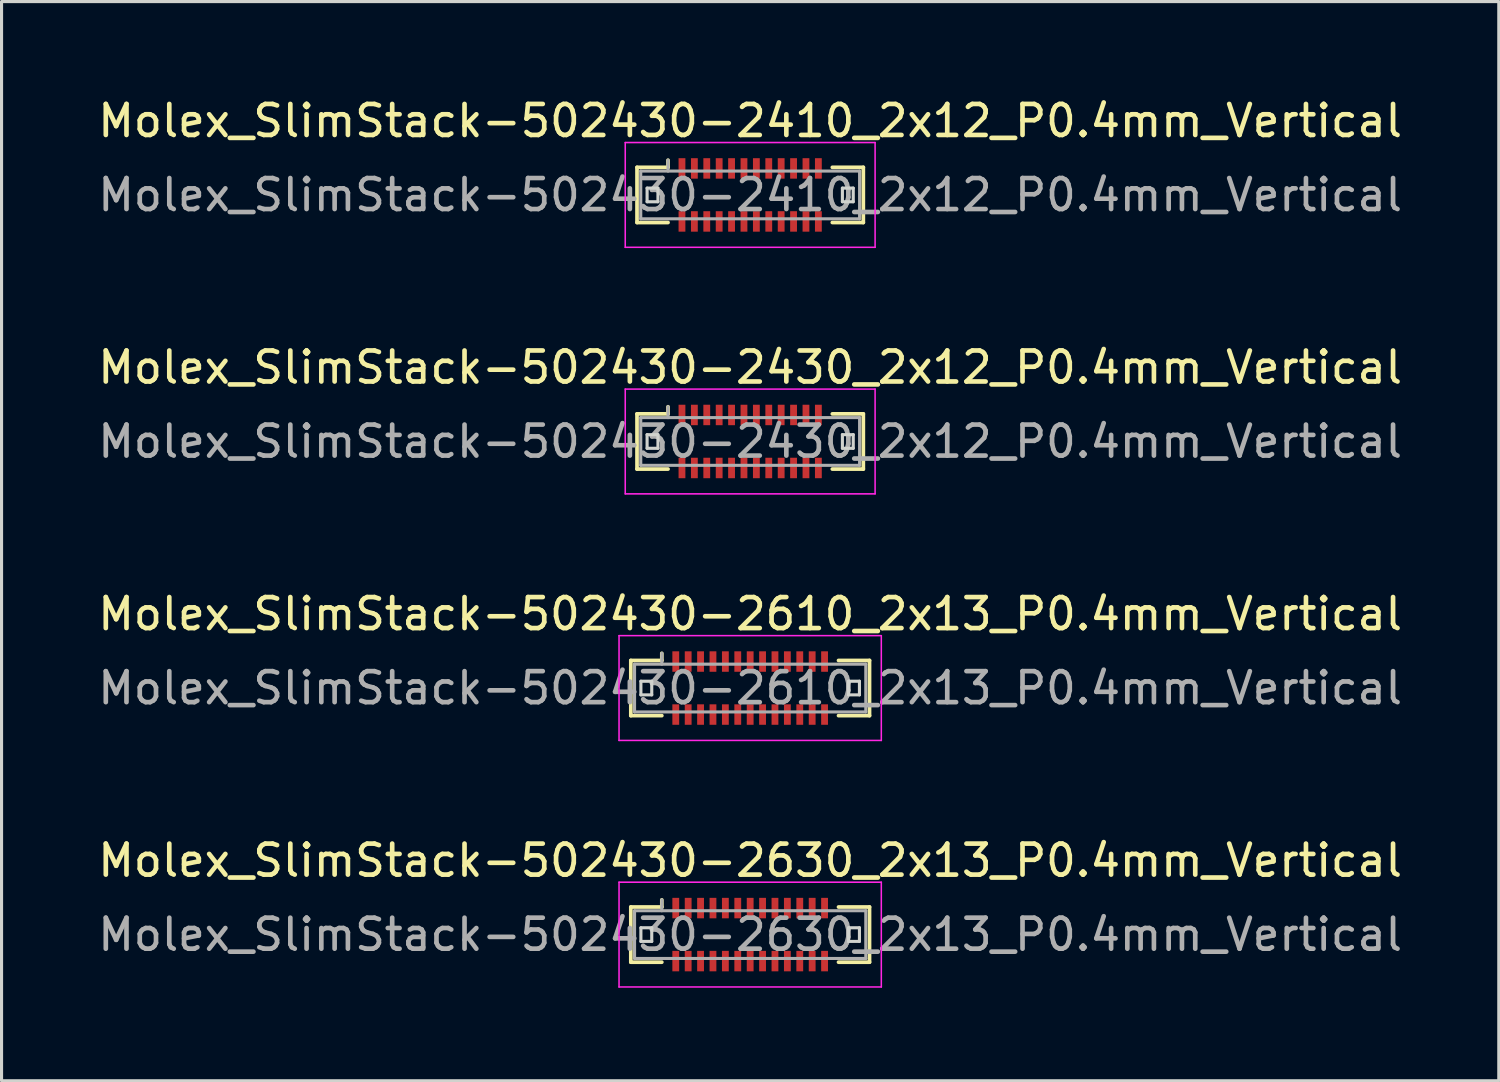
<source format=kicad_pcb>
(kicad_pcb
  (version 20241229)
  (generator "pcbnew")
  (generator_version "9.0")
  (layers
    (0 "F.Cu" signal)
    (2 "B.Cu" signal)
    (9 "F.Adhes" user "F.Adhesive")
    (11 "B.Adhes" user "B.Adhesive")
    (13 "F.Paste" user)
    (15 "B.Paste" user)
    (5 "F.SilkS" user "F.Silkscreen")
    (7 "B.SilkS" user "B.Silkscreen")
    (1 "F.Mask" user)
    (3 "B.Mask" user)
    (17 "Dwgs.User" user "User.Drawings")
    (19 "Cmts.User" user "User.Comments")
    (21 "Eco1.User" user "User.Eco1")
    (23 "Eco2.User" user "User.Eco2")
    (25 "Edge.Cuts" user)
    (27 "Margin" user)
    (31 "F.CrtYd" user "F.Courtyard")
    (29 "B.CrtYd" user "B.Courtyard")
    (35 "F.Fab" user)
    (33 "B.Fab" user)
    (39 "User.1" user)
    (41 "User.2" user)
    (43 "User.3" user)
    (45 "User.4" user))
  (footprint "Molex_SlimStack-502430-2610_2x13_P0.4mm_Vertical"
    (layer "F.Cu")
    (at 21.149 19.145)
    (property "Reference" "Molex_SlimStack-502430-2610_2x13_P0.4mm_Vertical" (at 0 -2.39 0) (layer "F.SilkS") (effects (font (size 1 1) (thickness 0.15))))
    (attr smd)
    (fp_line (start -3.85 -0.89) (end -2.85 -0.89) (stroke (width 0.12) (type solid)) (layer "F.SilkS"))
    (fp_line (start -3.85 0.89) (end -3.85 -0.89) (stroke (width 0.12) (type solid)) (layer "F.SilkS"))
    (fp_line (start -2.85 -0.89) (end -2.85 -1.12) (stroke (width 0.12) (type solid)) (layer "F.SilkS"))
    (fp_line (start -2.85 0.89) (end -3.85 0.89) (stroke (width 0.12) (type solid)) (layer "F.SilkS"))
    (fp_line (start 2.85 0.89) (end 3.85 0.89) (stroke (width 0.12) (type solid)) (layer "F.SilkS"))
    (fp_line (start 3.85 -0.89) (end 2.85 -0.89) (stroke (width 0.12) (type solid)) (layer "F.SilkS"))
    (fp_line (start 3.85 0.89) (end 3.85 -0.89) (stroke (width 0.12) (type solid)) (layer "F.SilkS"))
    (fp_line (start -3.525 -0.22) (end -3.525 0.22) (stroke (width 0.1) (type solid)) (layer "Edge.Cuts"))
    (fp_line (start -3.525 0.22) (end -3.175 0.22) (stroke (width 0.1) (type solid)) (layer "Edge.Cuts"))
    (fp_line (start -3.175 -0.22) (end -3.525 -0.22) (stroke (width 0.1) (type solid)) (layer "Edge.Cuts"))
    (fp_line (start -3.175 0.22) (end -3.175 -0.22) (stroke (width 0.1) (type solid)) (layer "Edge.Cuts"))
    (fp_line (start 3.175 -0.22) (end 3.175 0.22) (stroke (width 0.1) (type solid)) (layer "Edge.Cuts"))
    (fp_line (start 3.175 0.22) (end 3.525 0.22) (stroke (width 0.1) (type solid)) (layer "Edge.Cuts"))
    (fp_line (start 3.525 -0.22) (end 3.175 -0.22) (stroke (width 0.1) (type solid)) (layer "Edge.Cuts"))
    (fp_line (start 3.525 0.22) (end 3.525 -0.22) (stroke (width 0.1) (type solid)) (layer "Edge.Cuts"))
    (fp_line (start -4.23 -1.69) (end -4.23 1.69) (stroke (width 0.05) (type solid)) (layer "F.CrtYd"))
    (fp_line (start -4.23 1.69) (end 4.23 1.69) (stroke (width 0.05) (type solid)) (layer "F.CrtYd"))
    (fp_line (start 4.23 -1.69) (end -4.23 -1.69) (stroke (width 0.05) (type solid)) (layer "F.CrtYd"))
    (fp_line (start 4.23 1.69) (end 4.23 -1.69) (stroke (width 0.05) (type solid)) (layer "F.CrtYd"))
    (fp_line (start -3.73 -0.77) (end -3.73 0.77) (stroke (width 0.1) (type solid)) (layer "F.Fab"))
    (fp_line (start -3.73 0.77) (end 3.73 0.77) (stroke (width 0.1) (type solid)) (layer "F.Fab"))
    (fp_line (start -2.85 -0.77) (end -2.85 -1.12) (stroke (width 0.1) (type solid)) (layer "F.Fab"))
    (fp_line (start 3.73 -0.77) (end -3.73 -0.77) (stroke (width 0.1) (type solid)) (layer "F.Fab"))
    (fp_line (start 3.73 0.77) (end 3.73 -0.77) (stroke (width 0.1) (type solid)) (layer "F.Fab"))
    (fp_text user "${REFERENCE}" (at 0 0 0) (layer "F.Fab") (effects (font (size 1 1) (thickness 0.15))))
    (pad "1" smd rect (at -2.4 -0.855) (size 0.22 0.66) (layers "F.Cu" "F.Mask" "F.Paste"))
    (pad "2" smd rect (at -2.4 0.855) (size 0.22 0.66) (layers "F.Cu" "F.Mask" "F.Paste"))
    (pad "3" smd rect (at -2 -0.855) (size 0.22 0.66) (layers "F.Cu" "F.Mask" "F.Paste"))
    (pad "4" smd rect (at -2 0.855) (size 0.22 0.66) (layers "F.Cu" "F.Mask" "F.Paste"))
    (pad "5" smd rect (at -1.6 -0.855) (size 0.22 0.66) (layers "F.Cu" "F.Mask" "F.Paste"))
    (pad "6" smd rect (at -1.6 0.855) (size 0.22 0.66) (layers "F.Cu" "F.Mask" "F.Paste"))
    (pad "7" smd rect (at -1.2 -0.855) (size 0.22 0.66) (layers "F.Cu" "F.Mask" "F.Paste"))
    (pad "8" smd rect (at -1.2 0.855) (size 0.22 0.66) (layers "F.Cu" "F.Mask" "F.Paste"))
    (pad "9" smd rect (at -0.8 -0.855) (size 0.22 0.66) (layers "F.Cu" "F.Mask" "F.Paste"))
    (pad "10" smd rect (at -0.8 0.855) (size 0.22 0.66) (layers "F.Cu" "F.Mask" "F.Paste"))
    (pad "11" smd rect (at -0.4 -0.855) (size 0.22 0.66) (layers "F.Cu" "F.Mask" "F.Paste"))
    (pad "12" smd rect (at -0.4 0.855) (size 0.22 0.66) (layers "F.Cu" "F.Mask" "F.Paste"))
    (pad "13" smd rect (at 0 -0.855) (size 0.22 0.66) (layers "F.Cu" "F.Mask" "F.Paste"))
    (pad "14" smd rect (at 0 0.855) (size 0.22 0.66) (layers "F.Cu" "F.Mask" "F.Paste"))
    (pad "15" smd rect (at 0.4 -0.855) (size 0.22 0.66) (layers "F.Cu" "F.Mask" "F.Paste"))
    (pad "16" smd rect (at 0.4 0.855) (size 0.22 0.66) (layers "F.Cu" "F.Mask" "F.Paste"))
    (pad "17" smd rect (at 0.8 -0.855) (size 0.22 0.66) (layers "F.Cu" "F.Mask" "F.Paste"))
    (pad "18" smd rect (at 0.8 0.855) (size 0.22 0.66) (layers "F.Cu" "F.Mask" "F.Paste"))
    (pad "19" smd rect (at 1.2 -0.855) (size 0.22 0.66) (layers "F.Cu" "F.Mask" "F.Paste"))
    (pad "20" smd rect (at 1.2 0.855) (size 0.22 0.66) (layers "F.Cu" "F.Mask" "F.Paste"))
    (pad "21" smd rect (at 1.6 -0.855) (size 0.22 0.66) (layers "F.Cu" "F.Mask" "F.Paste"))
    (pad "22" smd rect (at 1.6 0.855) (size 0.22 0.66) (layers "F.Cu" "F.Mask" "F.Paste"))
    (pad "23" smd rect (at 2 -0.855) (size 0.22 0.66) (layers "F.Cu" "F.Mask" "F.Paste"))
    (pad "24" smd rect (at 2 0.855) (size 0.22 0.66) (layers "F.Cu" "F.Mask" "F.Paste"))
    (pad "25" smd rect (at 2.4 -0.855) (size 0.22 0.66) (layers "F.Cu" "F.Mask" "F.Paste"))
    (pad "26" smd rect (at 2.4 0.855) (size 0.22 0.66) (layers "F.Cu" "F.Mask" "F.Paste")))
  (footprint "Molex_SlimStack-502430-2630_2x13_P0.4mm_Vertical"
    (layer "F.Cu")
    (at 21.149 27.098)
    (property "Reference" "Molex_SlimStack-502430-2630_2x13_P0.4mm_Vertical" (at 0 -2.39 0) (layer "F.SilkS") (effects (font (size 1 1) (thickness 0.15))))
    (attr smd)
    (fp_line (start -3.85 -0.89) (end -2.85 -0.89) (stroke (width 0.12) (type solid)) (layer "F.SilkS"))
    (fp_line (start -3.85 0.89) (end -3.85 -0.89) (stroke (width 0.12) (type solid)) (layer "F.SilkS"))
    (fp_line (start -2.85 -0.89) (end -2.85 -1.12) (stroke (width 0.12) (type solid)) (layer "F.SilkS"))
    (fp_line (start -2.85 0.89) (end -3.85 0.89) (stroke (width 0.12) (type solid)) (layer "F.SilkS"))
    (fp_line (start 2.85 0.89) (end 3.85 0.89) (stroke (width 0.12) (type solid)) (layer "F.SilkS"))
    (fp_line (start 3.85 -0.89) (end 2.85 -0.89) (stroke (width 0.12) (type solid)) (layer "F.SilkS"))
    (fp_line (start 3.85 0.89) (end 3.85 -0.89) (stroke (width 0.12) (type solid)) (layer "F.SilkS"))
    (fp_line (start -3.525 -0.22) (end -3.525 0.22) (stroke (width 0.1) (type solid)) (layer "Edge.Cuts"))
    (fp_line (start -3.525 0.22) (end -3.175 0.22) (stroke (width 0.1) (type solid)) (layer "Edge.Cuts"))
    (fp_line (start -3.175 -0.22) (end -3.525 -0.22) (stroke (width 0.1) (type solid)) (layer "Edge.Cuts"))
    (fp_line (start -3.175 0.22) (end -3.175 -0.22) (stroke (width 0.1) (type solid)) (layer "Edge.Cuts"))
    (fp_line (start 3.175 -0.22) (end 3.175 0.22) (stroke (width 0.1) (type solid)) (layer "Edge.Cuts"))
    (fp_line (start 3.175 0.22) (end 3.525 0.22) (stroke (width 0.1) (type solid)) (layer "Edge.Cuts"))
    (fp_line (start 3.525 -0.22) (end 3.175 -0.22) (stroke (width 0.1) (type solid)) (layer "Edge.Cuts"))
    (fp_line (start 3.525 0.22) (end 3.525 -0.22) (stroke (width 0.1) (type solid)) (layer "Edge.Cuts"))
    (fp_line (start -4.23 -1.69) (end -4.23 1.69) (stroke (width 0.05) (type solid)) (layer "F.CrtYd"))
    (fp_line (start -4.23 1.69) (end 4.23 1.69) (stroke (width 0.05) (type solid)) (layer "F.CrtYd"))
    (fp_line (start 4.23 -1.69) (end -4.23 -1.69) (stroke (width 0.05) (type solid)) (layer "F.CrtYd"))
    (fp_line (start 4.23 1.69) (end 4.23 -1.69) (stroke (width 0.05) (type solid)) (layer "F.CrtYd"))
    (fp_line (start -3.73 -0.77) (end -3.73 0.77) (stroke (width 0.1) (type solid)) (layer "F.Fab"))
    (fp_line (start -3.73 0.77) (end 3.73 0.77) (stroke (width 0.1) (type solid)) (layer "F.Fab"))
    (fp_line (start -2.85 -0.77) (end -2.85 -1.12) (stroke (width 0.1) (type solid)) (layer "F.Fab"))
    (fp_line (start 3.73 -0.77) (end -3.73 -0.77) (stroke (width 0.1) (type solid)) (layer "F.Fab"))
    (fp_line (start 3.73 0.77) (end 3.73 -0.77) (stroke (width 0.1) (type solid)) (layer "F.Fab"))
    (fp_text user "${REFERENCE}" (at 0 0 0) (layer "F.Fab") (effects (font (size 1 1) (thickness 0.15))))
    (pad "1" smd rect (at -2.4 -0.855) (size 0.22 0.66) (layers "F.Cu" "F.Mask" "F.Paste"))
    (pad "2" smd rect (at -2.4 0.855) (size 0.22 0.66) (layers "F.Cu" "F.Mask" "F.Paste"))
    (pad "3" smd rect (at -2 -0.855) (size 0.22 0.66) (layers "F.Cu" "F.Mask" "F.Paste"))
    (pad "4" smd rect (at -2 0.855) (size 0.22 0.66) (layers "F.Cu" "F.Mask" "F.Paste"))
    (pad "5" smd rect (at -1.6 -0.855) (size 0.22 0.66) (layers "F.Cu" "F.Mask" "F.Paste"))
    (pad "6" smd rect (at -1.6 0.855) (size 0.22 0.66) (layers "F.Cu" "F.Mask" "F.Paste"))
    (pad "7" smd rect (at -1.2 -0.855) (size 0.22 0.66) (layers "F.Cu" "F.Mask" "F.Paste"))
    (pad "8" smd rect (at -1.2 0.855) (size 0.22 0.66) (layers "F.Cu" "F.Mask" "F.Paste"))
    (pad "9" smd rect (at -0.8 -0.855) (size 0.22 0.66) (layers "F.Cu" "F.Mask" "F.Paste"))
    (pad "10" smd rect (at -0.8 0.855) (size 0.22 0.66) (layers "F.Cu" "F.Mask" "F.Paste"))
    (pad "11" smd rect (at -0.4 -0.855) (size 0.22 0.66) (layers "F.Cu" "F.Mask" "F.Paste"))
    (pad "12" smd rect (at -0.4 0.855) (size 0.22 0.66) (layers "F.Cu" "F.Mask" "F.Paste"))
    (pad "13" smd rect (at 0 -0.855) (size 0.22 0.66) (layers "F.Cu" "F.Mask" "F.Paste"))
    (pad "14" smd rect (at 0 0.855) (size 0.22 0.66) (layers "F.Cu" "F.Mask" "F.Paste"))
    (pad "15" smd rect (at 0.4 -0.855) (size 0.22 0.66) (layers "F.Cu" "F.Mask" "F.Paste"))
    (pad "16" smd rect (at 0.4 0.855) (size 0.22 0.66) (layers "F.Cu" "F.Mask" "F.Paste"))
    (pad "17" smd rect (at 0.8 -0.855) (size 0.22 0.66) (layers "F.Cu" "F.Mask" "F.Paste"))
    (pad "18" smd rect (at 0.8 0.855) (size 0.22 0.66) (layers "F.Cu" "F.Mask" "F.Paste"))
    (pad "19" smd rect (at 1.2 -0.855) (size 0.22 0.66) (layers "F.Cu" "F.Mask" "F.Paste"))
    (pad "20" smd rect (at 1.2 0.855) (size 0.22 0.66) (layers "F.Cu" "F.Mask" "F.Paste"))
    (pad "21" smd rect (at 1.6 -0.855) (size 0.22 0.66) (layers "F.Cu" "F.Mask" "F.Paste"))
    (pad "22" smd rect (at 1.6 0.855) (size 0.22 0.66) (layers "F.Cu" "F.Mask" "F.Paste"))
    (pad "23" smd rect (at 2 -0.855) (size 0.22 0.66) (layers "F.Cu" "F.Mask" "F.Paste"))
    (pad "24" smd rect (at 2 0.855) (size 0.22 0.66) (layers "F.Cu" "F.Mask" "F.Paste"))
    (pad "25" smd rect (at 2.4 -0.855) (size 0.22 0.66) (layers "F.Cu" "F.Mask" "F.Paste"))
    (pad "26" smd rect (at 2.4 0.855) (size 0.22 0.66) (layers "F.Cu" "F.Mask" "F.Paste")))
  (footprint "Molex_SlimStack-502430-2410_2x12_P0.4mm_Vertical"
    (layer "F.Cu")
    (at 21.149 3.238)
    (property "Reference" "Molex_SlimStack-502430-2410_2x12_P0.4mm_Vertical" (at 0 -2.39 0) (layer "F.SilkS") (effects (font (size 1 1) (thickness 0.15))))
    (attr smd)
    (fp_line (start -3.65 -0.89) (end -2.65 -0.89) (stroke (width 0.12) (type solid)) (layer "F.SilkS"))
    (fp_line (start -3.65 0.89) (end -3.65 -0.89) (stroke (width 0.12) (type solid)) (layer "F.SilkS"))
    (fp_line (start -2.65 -0.89) (end -2.65 -1.12) (stroke (width 0.12) (type solid)) (layer "F.SilkS"))
    (fp_line (start -2.65 0.89) (end -3.65 0.89) (stroke (width 0.12) (type solid)) (layer "F.SilkS"))
    (fp_line (start 2.65 0.89) (end 3.65 0.89) (stroke (width 0.12) (type solid)) (layer "F.SilkS"))
    (fp_line (start 3.65 -0.89) (end 2.65 -0.89) (stroke (width 0.12) (type solid)) (layer "F.SilkS"))
    (fp_line (start 3.65 0.89) (end 3.65 -0.89) (stroke (width 0.12) (type solid)) (layer "F.SilkS"))
    (fp_line (start -3.325 -0.22) (end -3.325 0.22) (stroke (width 0.1) (type solid)) (layer "Edge.Cuts"))
    (fp_line (start -3.325 0.22) (end -2.975 0.22) (stroke (width 0.1) (type solid)) (layer "Edge.Cuts"))
    (fp_line (start -2.975 -0.22) (end -3.325 -0.22) (stroke (width 0.1) (type solid)) (layer "Edge.Cuts"))
    (fp_line (start -2.975 0.22) (end -2.975 -0.22) (stroke (width 0.1) (type solid)) (layer "Edge.Cuts"))
    (fp_line (start 2.975 -0.22) (end 2.975 0.22) (stroke (width 0.1) (type solid)) (layer "Edge.Cuts"))
    (fp_line (start 2.975 0.22) (end 3.325 0.22) (stroke (width 0.1) (type solid)) (layer "Edge.Cuts"))
    (fp_line (start 3.325 -0.22) (end 2.975 -0.22) (stroke (width 0.1) (type solid)) (layer "Edge.Cuts"))
    (fp_line (start 3.325 0.22) (end 3.325 -0.22) (stroke (width 0.1) (type solid)) (layer "Edge.Cuts"))
    (fp_line (start -4.03 -1.69) (end -4.03 1.69) (stroke (width 0.05) (type solid)) (layer "F.CrtYd"))
    (fp_line (start -4.03 1.69) (end 4.03 1.69) (stroke (width 0.05) (type solid)) (layer "F.CrtYd"))
    (fp_line (start 4.03 -1.69) (end -4.03 -1.69) (stroke (width 0.05) (type solid)) (layer "F.CrtYd"))
    (fp_line (start 4.03 1.69) (end 4.03 -1.69) (stroke (width 0.05) (type solid)) (layer "F.CrtYd"))
    (fp_line (start -3.53 -0.77) (end -3.53 0.77) (stroke (width 0.1) (type solid)) (layer "F.Fab"))
    (fp_line (start -3.53 0.77) (end 3.53 0.77) (stroke (width 0.1) (type solid)) (layer "F.Fab"))
    (fp_line (start -2.65 -0.77) (end -2.65 -1.12) (stroke (width 0.1) (type solid)) (layer "F.Fab"))
    (fp_line (start 3.53 -0.77) (end -3.53 -0.77) (stroke (width 0.1) (type solid)) (layer "F.Fab"))
    (fp_line (start 3.53 0.77) (end 3.53 -0.77) (stroke (width 0.1) (type solid)) (layer "F.Fab"))
    (fp_text user "${REFERENCE}" (at 0 0 0) (layer "F.Fab") (effects (font (size 1 1) (thickness 0.15))))
    (pad "1" smd rect (at -2.2 -0.855) (size 0.22 0.66) (layers "F.Cu" "F.Mask" "F.Paste"))
    (pad "2" smd rect (at -2.2 0.855) (size 0.22 0.66) (layers "F.Cu" "F.Mask" "F.Paste"))
    (pad "3" smd rect (at -1.8 -0.855) (size 0.22 0.66) (layers "F.Cu" "F.Mask" "F.Paste"))
    (pad "4" smd rect (at -1.8 0.855) (size 0.22 0.66) (layers "F.Cu" "F.Mask" "F.Paste"))
    (pad "5" smd rect (at -1.4 -0.855) (size 0.22 0.66) (layers "F.Cu" "F.Mask" "F.Paste"))
    (pad "6" smd rect (at -1.4 0.855) (size 0.22 0.66) (layers "F.Cu" "F.Mask" "F.Paste"))
    (pad "7" smd rect (at -1 -0.855) (size 0.22 0.66) (layers "F.Cu" "F.Mask" "F.Paste"))
    (pad "8" smd rect (at -1 0.855) (size 0.22 0.66) (layers "F.Cu" "F.Mask" "F.Paste"))
    (pad "9" smd rect (at -0.6 -0.855) (size 0.22 0.66) (layers "F.Cu" "F.Mask" "F.Paste"))
    (pad "10" smd rect (at -0.6 0.855) (size 0.22 0.66) (layers "F.Cu" "F.Mask" "F.Paste"))
    (pad "11" smd rect (at -0.2 -0.855) (size 0.22 0.66) (layers "F.Cu" "F.Mask" "F.Paste"))
    (pad "12" smd rect (at -0.2 0.855) (size 0.22 0.66) (layers "F.Cu" "F.Mask" "F.Paste"))
    (pad "13" smd rect (at 0.2 -0.855) (size 0.22 0.66) (layers "F.Cu" "F.Mask" "F.Paste"))
    (pad "14" smd rect (at 0.2 0.855) (size 0.22 0.66) (layers "F.Cu" "F.Mask" "F.Paste"))
    (pad "15" smd rect (at 0.6 -0.855) (size 0.22 0.66) (layers "F.Cu" "F.Mask" "F.Paste"))
    (pad "16" smd rect (at 0.6 0.855) (size 0.22 0.66) (layers "F.Cu" "F.Mask" "F.Paste"))
    (pad "17" smd rect (at 1 -0.855) (size 0.22 0.66) (layers "F.Cu" "F.Mask" "F.Paste"))
    (pad "18" smd rect (at 1 0.855) (size 0.22 0.66) (layers "F.Cu" "F.Mask" "F.Paste"))
    (pad "19" smd rect (at 1.4 -0.855) (size 0.22 0.66) (layers "F.Cu" "F.Mask" "F.Paste"))
    (pad "20" smd rect (at 1.4 0.855) (size 0.22 0.66) (layers "F.Cu" "F.Mask" "F.Paste"))
    (pad "21" smd rect (at 1.8 -0.855) (size 0.22 0.66) (layers "F.Cu" "F.Mask" "F.Paste"))
    (pad "22" smd rect (at 1.8 0.855) (size 0.22 0.66) (layers "F.Cu" "F.Mask" "F.Paste"))
    (pad "23" smd rect (at 2.2 -0.855) (size 0.22 0.66) (layers "F.Cu" "F.Mask" "F.Paste"))
    (pad "24" smd rect (at 2.2 0.855) (size 0.22 0.66) (layers "F.Cu" "F.Mask" "F.Paste")))
  (footprint "Molex_SlimStack-502430-2430_2x12_P0.4mm_Vertical"
    (layer "F.Cu")
    (at 21.149 11.191)
    (property "Reference" "Molex_SlimStack-502430-2430_2x12_P0.4mm_Vertical" (at 0 -2.39 0) (layer "F.SilkS") (effects (font (size 1 1) (thickness 0.15))))
    (attr smd)
    (fp_line (start -3.65 -0.89) (end -2.65 -0.89) (stroke (width 0.12) (type solid)) (layer "F.SilkS"))
    (fp_line (start -3.65 0.89) (end -3.65 -0.89) (stroke (width 0.12) (type solid)) (layer "F.SilkS"))
    (fp_line (start -2.65 -0.89) (end -2.65 -1.12) (stroke (width 0.12) (type solid)) (layer "F.SilkS"))
    (fp_line (start -2.65 0.89) (end -3.65 0.89) (stroke (width 0.12) (type solid)) (layer "F.SilkS"))
    (fp_line (start 2.65 0.89) (end 3.65 0.89) (stroke (width 0.12) (type solid)) (layer "F.SilkS"))
    (fp_line (start 3.65 -0.89) (end 2.65 -0.89) (stroke (width 0.12) (type solid)) (layer "F.SilkS"))
    (fp_line (start 3.65 0.89) (end 3.65 -0.89) (stroke (width 0.12) (type solid)) (layer "F.SilkS"))
    (fp_line (start -3.325 -0.22) (end -3.325 0.22) (stroke (width 0.1) (type solid)) (layer "Edge.Cuts"))
    (fp_line (start -3.325 0.22) (end -2.975 0.22) (stroke (width 0.1) (type solid)) (layer "Edge.Cuts"))
    (fp_line (start -2.975 -0.22) (end -3.325 -0.22) (stroke (width 0.1) (type solid)) (layer "Edge.Cuts"))
    (fp_line (start -2.975 0.22) (end -2.975 -0.22) (stroke (width 0.1) (type solid)) (layer "Edge.Cuts"))
    (fp_line (start 2.975 -0.22) (end 2.975 0.22) (stroke (width 0.1) (type solid)) (layer "Edge.Cuts"))
    (fp_line (start 2.975 0.22) (end 3.325 0.22) (stroke (width 0.1) (type solid)) (layer "Edge.Cuts"))
    (fp_line (start 3.325 -0.22) (end 2.975 -0.22) (stroke (width 0.1) (type solid)) (layer "Edge.Cuts"))
    (fp_line (start 3.325 0.22) (end 3.325 -0.22) (stroke (width 0.1) (type solid)) (layer "Edge.Cuts"))
    (fp_line (start -4.03 -1.69) (end -4.03 1.69) (stroke (width 0.05) (type solid)) (layer "F.CrtYd"))
    (fp_line (start -4.03 1.69) (end 4.03 1.69) (stroke (width 0.05) (type solid)) (layer "F.CrtYd"))
    (fp_line (start 4.03 -1.69) (end -4.03 -1.69) (stroke (width 0.05) (type solid)) (layer "F.CrtYd"))
    (fp_line (start 4.03 1.69) (end 4.03 -1.69) (stroke (width 0.05) (type solid)) (layer "F.CrtYd"))
    (fp_line (start -3.53 -0.77) (end -3.53 0.77) (stroke (width 0.1) (type solid)) (layer "F.Fab"))
    (fp_line (start -3.53 0.77) (end 3.53 0.77) (stroke (width 0.1) (type solid)) (layer "F.Fab"))
    (fp_line (start -2.65 -0.77) (end -2.65 -1.12) (stroke (width 0.1) (type solid)) (layer "F.Fab"))
    (fp_line (start 3.53 -0.77) (end -3.53 -0.77) (stroke (width 0.1) (type solid)) (layer "F.Fab"))
    (fp_line (start 3.53 0.77) (end 3.53 -0.77) (stroke (width 0.1) (type solid)) (layer "F.Fab"))
    (fp_text user "${REFERENCE}" (at 0 0 0) (layer "F.Fab") (effects (font (size 1 1) (thickness 0.15))))
    (pad "1" smd rect (at -2.2 -0.855) (size 0.22 0.66) (layers "F.Cu" "F.Mask" "F.Paste"))
    (pad "2" smd rect (at -2.2 0.855) (size 0.22 0.66) (layers "F.Cu" "F.Mask" "F.Paste"))
    (pad "3" smd rect (at -1.8 -0.855) (size 0.22 0.66) (layers "F.Cu" "F.Mask" "F.Paste"))
    (pad "4" smd rect (at -1.8 0.855) (size 0.22 0.66) (layers "F.Cu" "F.Mask" "F.Paste"))
    (pad "5" smd rect (at -1.4 -0.855) (size 0.22 0.66) (layers "F.Cu" "F.Mask" "F.Paste"))
    (pad "6" smd rect (at -1.4 0.855) (size 0.22 0.66) (layers "F.Cu" "F.Mask" "F.Paste"))
    (pad "7" smd rect (at -1 -0.855) (size 0.22 0.66) (layers "F.Cu" "F.Mask" "F.Paste"))
    (pad "8" smd rect (at -1 0.855) (size 0.22 0.66) (layers "F.Cu" "F.Mask" "F.Paste"))
    (pad "9" smd rect (at -0.6 -0.855) (size 0.22 0.66) (layers "F.Cu" "F.Mask" "F.Paste"))
    (pad "10" smd rect (at -0.6 0.855) (size 0.22 0.66) (layers "F.Cu" "F.Mask" "F.Paste"))
    (pad "11" smd rect (at -0.2 -0.855) (size 0.22 0.66) (layers "F.Cu" "F.Mask" "F.Paste"))
    (pad "12" smd rect (at -0.2 0.855) (size 0.22 0.66) (layers "F.Cu" "F.Mask" "F.Paste"))
    (pad "13" smd rect (at 0.2 -0.855) (size 0.22 0.66) (layers "F.Cu" "F.Mask" "F.Paste"))
    (pad "14" smd rect (at 0.2 0.855) (size 0.22 0.66) (layers "F.Cu" "F.Mask" "F.Paste"))
    (pad "15" smd rect (at 0.6 -0.855) (size 0.22 0.66) (layers "F.Cu" "F.Mask" "F.Paste"))
    (pad "16" smd rect (at 0.6 0.855) (size 0.22 0.66) (layers "F.Cu" "F.Mask" "F.Paste"))
    (pad "17" smd rect (at 1 -0.855) (size 0.22 0.66) (layers "F.Cu" "F.Mask" "F.Paste"))
    (pad "18" smd rect (at 1 0.855) (size 0.22 0.66) (layers "F.Cu" "F.Mask" "F.Paste"))
    (pad "19" smd rect (at 1.4 -0.855) (size 0.22 0.66) (layers "F.Cu" "F.Mask" "F.Paste"))
    (pad "20" smd rect (at 1.4 0.855) (size 0.22 0.66) (layers "F.Cu" "F.Mask" "F.Paste"))
    (pad "21" smd rect (at 1.8 -0.855) (size 0.22 0.66) (layers "F.Cu" "F.Mask" "F.Paste"))
    (pad "22" smd rect (at 1.8 0.855) (size 0.22 0.66) (layers "F.Cu" "F.Mask" "F.Paste"))
    (pad "23" smd rect (at 2.2 -0.855) (size 0.22 0.66) (layers "F.Cu" "F.Mask" "F.Paste"))
    (pad "24" smd rect (at 2.2 0.855) (size 0.22 0.66) (layers "F.Cu" "F.Mask" "F.Paste")))
  (gr_rect
    (start -3 -3)
    (end 45.298 31.813)
    (stroke (width 0.1) (type default))
    (fill no)
    (layer "Edge.Cuts")))
</source>
